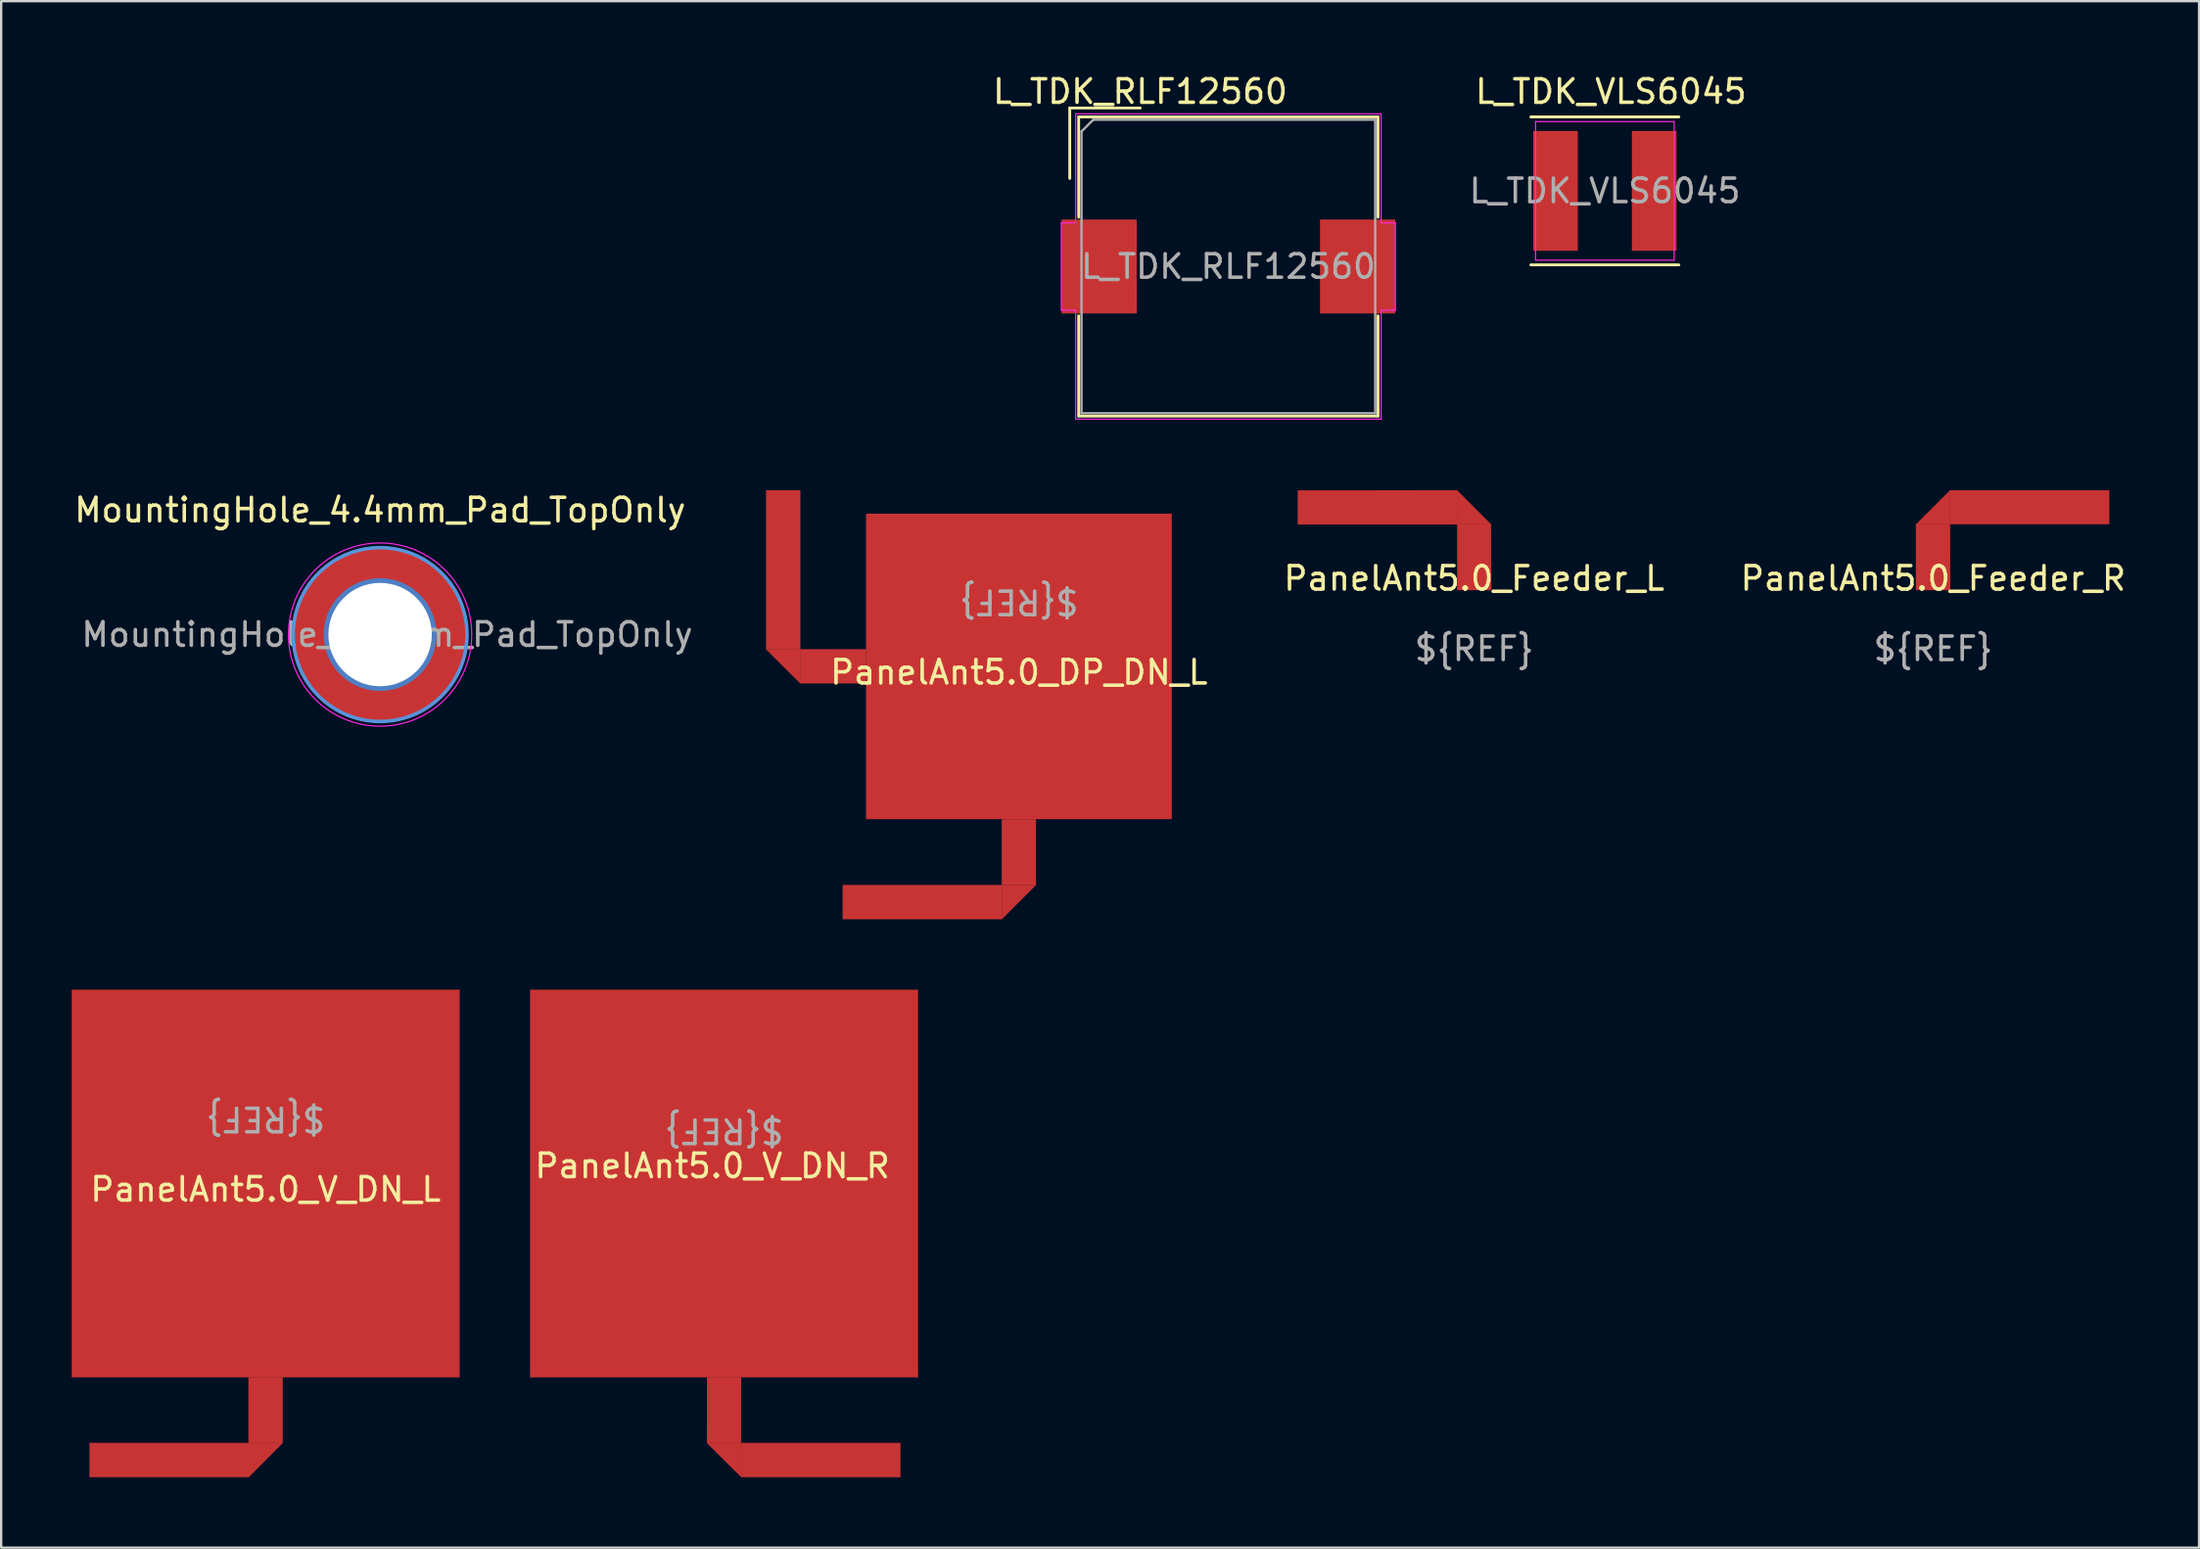
<source format=kicad_pcb>
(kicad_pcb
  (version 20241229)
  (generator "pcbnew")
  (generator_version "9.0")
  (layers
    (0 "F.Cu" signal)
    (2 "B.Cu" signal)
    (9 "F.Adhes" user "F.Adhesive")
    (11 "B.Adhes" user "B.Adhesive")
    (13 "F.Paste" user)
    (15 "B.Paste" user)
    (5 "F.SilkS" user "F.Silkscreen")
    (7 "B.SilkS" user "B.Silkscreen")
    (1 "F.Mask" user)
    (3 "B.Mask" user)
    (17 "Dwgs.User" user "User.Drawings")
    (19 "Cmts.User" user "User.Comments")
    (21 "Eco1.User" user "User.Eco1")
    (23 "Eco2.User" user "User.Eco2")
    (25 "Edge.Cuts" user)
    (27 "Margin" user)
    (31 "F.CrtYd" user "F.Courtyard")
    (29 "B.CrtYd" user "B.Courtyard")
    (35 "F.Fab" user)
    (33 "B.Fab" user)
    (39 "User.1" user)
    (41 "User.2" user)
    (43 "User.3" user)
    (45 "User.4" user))
  (footprint "PanelAnt5.0_DP_DN_L"
    (layer "F.Cu")
    (at 40.314 25.326)
    (property "Reference" "PanelAnt5.0_DP_DN_L" (at 0 0.25 0) (unlocked yes) (layer "F.SilkS") (effects (font (size 1 1) (thickness 0.15))))
    (attr through_hole)
    (fp_poly (pts (xy -9.309 -0.725) (xy -9.309 0.72) (xy -10.759 -0.725)) (stroke (width 0.01) (type solid)) (fill yes) (layer "F.Cu"))
    (fp_poly (pts (xy -0.725 9.309) (xy 0.72 9.309) (xy -0.725 10.759)) (stroke (width 0.01) (type solid)) (fill yes) (layer "F.Cu"))
    (fp_poly (pts (xy -10.759 -7.498) (xy -9.309 -7.498) (xy -9.309 -0.726) (xy -10.759 -0.726)) (stroke (width 0.01) (type solid)) (fill yes) (layer "F.Cu"))
    (fp_poly (pts (xy -7.498 10.759) (xy -7.498 9.309) (xy -0.726 9.309) (xy -0.726 10.759)) (stroke (width 0.01) (type solid)) (fill yes) (layer "F.Cu"))
    (fp_poly (pts (xy -6.51 -0.73) (xy -6.51 0.72) (xy -9.309 0.72) (xy -9.309 -0.73)) (stroke (width 0.01) (type solid)) (fill yes) (layer "F.Cu"))
    (fp_poly (pts (xy -6.5 -6.5) (xy 6.5 -6.5) (xy 6.5 6.5) (xy -6.5 6.5)) (stroke (width 0.01) (type solid)) (fill yes) (layer "F.Cu"))
    (fp_poly (pts (xy -0.73 6.51) (xy 0.72 6.51) (xy 0.72 9.309) (xy -0.73 9.309)) (stroke (width 0.01) (type solid)) (fill yes) (layer "F.Cu"))
    (fp_text user "${REF}" (at 0 -2.75 180) (unlocked yes) (layer "F.Fab") (effects (font (size 1 1) (thickness 0.15)))))
  (footprint "PanelAnt5.0_Feeder_R"
    (layer "F.Cu")
    (at 79.219 22.078)
    (property "Reference" "PanelAnt5.0_Feeder_R" (at 0 -0.5 0) (unlocked yes) (layer "F.SilkS") (effects (font (size 1 1) (thickness 0.15))))
    (attr through_hole)
    (fp_poly (pts (xy 0.72 -2.8) (xy -0.73 -2.8) (xy 0.72 -4.25)) (stroke (width 0.01) (type solid)) (fill yes) (layer "F.Cu"))
    (fp_poly (pts (xy 0.716 -2.808) (xy 0.72 -4.25) (xy 7.49 -4.25) (xy 7.487 -2.808)) (stroke (width 0.01) (type solid)) (fill yes) (layer "F.Cu"))
    (fp_poly (pts (xy 0.727 -0.002) (xy -0.73 -0.002) (xy -0.73 -2.8) (xy 0.72 -2.8)) (stroke (width 0.01) (type solid)) (fill yes) (layer "F.Cu"))
    (fp_text user "${REF}" (at 0 2.5 0) (unlocked yes) (layer "F.Fab") (effects (font (size 1 1) (thickness 0.15)))))
  (footprint "L_TDK_RLF12560"
    (layer "F.Cu")
    (at 49.225 8.298)
    (property "Reference" "L_TDK_RLF12560" (at -3.75 -7.45 0) (layer "F.SilkS") (effects (font (size 1 1) (thickness 0.15))))
    (attr smd)
    (fp_line (start -6.75 -6.75) (end -3.75 -6.75) (stroke (width 0.12) (type solid)) (layer "F.SilkS"))
    (fp_line (start -6.75 -3.75) (end -6.75 -6.75) (stroke (width 0.12) (type solid)) (layer "F.SilkS"))
    (fp_line (start -6.37 -6.37) (end -6.37 -2.1) (stroke (width 0.12) (type solid)) (layer "F.SilkS"))
    (fp_line (start -6.37 -6.37) (end 6.37 -6.37) (stroke (width 0.12) (type solid)) (layer "F.SilkS"))
    (fp_line (start -6.37 2.1) (end -6.37 6.37) (stroke (width 0.12) (type solid)) (layer "F.SilkS"))
    (fp_line (start -6.37 6.37) (end 6.37 6.37) (stroke (width 0.12) (type solid)) (layer "F.SilkS"))
    (fp_line (start 6.37 -6.37) (end 6.37 -2.1) (stroke (width 0.12) (type solid)) (layer "F.SilkS"))
    (fp_line (start 6.37 2.1) (end 6.37 6.37) (stroke (width 0.12) (type solid)) (layer "F.SilkS"))
    (fp_line (start -7.11 -1.86) (end -7.11 1.86) (stroke (width 0.05) (type solid)) (layer "F.CrtYd"))
    (fp_line (start -7.11 1.86) (end -6.5 1.86) (stroke (width 0.05) (type solid)) (layer "F.CrtYd"))
    (fp_line (start -6.5 -6.5) (end -6.5 -1.86) (stroke (width 0.05) (type solid)) (layer "F.CrtYd"))
    (fp_line (start -6.5 -6.5) (end 6.5 -6.5) (stroke (width 0.05) (type solid)) (layer "F.CrtYd"))
    (fp_line (start -6.5 -1.86) (end -7.11 -1.86) (stroke (width 0.05) (type solid)) (layer "F.CrtYd"))
    (fp_line (start -6.5 1.86) (end -6.5 6.5) (stroke (width 0.05) (type solid)) (layer "F.CrtYd"))
    (fp_line (start -6.5 6.5) (end 6.5 6.5) (stroke (width 0.05) (type solid)) (layer "F.CrtYd"))
    (fp_line (start 6.5 -6.5) (end 6.5 -1.86) (stroke (width 0.05) (type solid)) (layer "F.CrtYd"))
    (fp_line (start 6.5 -1.86) (end 7.11 -1.86) (stroke (width 0.05) (type solid)) (layer "F.CrtYd"))
    (fp_line (start 6.5 1.86) (end 6.5 6.5) (stroke (width 0.05) (type solid)) (layer "F.CrtYd"))
    (fp_line (start 7.11 -1.86) (end 7.11 1.86) (stroke (width 0.05) (type solid)) (layer "F.CrtYd"))
    (fp_line (start 7.11 1.86) (end 6.5 1.86) (stroke (width 0.05) (type solid)) (layer "F.CrtYd"))
    (fp_line (start -6.25 -5.75) (end -5.75 -6.25) (stroke (width 0.1) (type solid)) (layer "F.Fab"))
    (fp_line (start -6.25 6.25) (end -6.25 -5.75) (stroke (width 0.1) (type solid)) (layer "F.Fab"))
    (fp_line (start -5.75 -6.25) (end 6.25 -6.25) (stroke (width 0.1) (type solid)) (layer "F.Fab"))
    (fp_line (start 6.25 -6.25) (end 6.25 6.25) (stroke (width 0.1) (type solid)) (layer "F.Fab"))
    (fp_line (start 6.25 6.25) (end -6.25 6.25) (stroke (width 0.1) (type solid)) (layer "F.Fab"))
    (fp_text user "" (at -49 0.05 0) (layer "F.SilkS") (effects (font (size 3 3) (thickness 0.15))))
    (fp_text user "${REFERENCE}" (at 0 0 0) (layer "F.Fab") (effects (font (size 1 1) (thickness 0.15))))
    (pad "1" smd rect (at -5.5 0) (size 3.2 4) (layers "F.Cu" "F.Mask" "F.Paste"))
    (pad "2" smd rect (at 5.5 0) (size 3.2 4) (layers "F.Cu" "F.Mask" "F.Paste")))
  (footprint "PanelAnt5.0_V_DN_L"
    (layer "F.Cu")
    (at 8.255 47.346)
    (property "Reference" "PanelAnt5.0_V_DN_L" (at 0 0.25 0) (unlocked yes) (layer "F.SilkS") (effects (font (size 1 1) (thickness 0.15))))
    (attr through_hole)
    (fp_poly (pts (xy -0.72 11.05) (xy 0.725 11.05) (xy -0.72 12.5)) (stroke (width 0.01) (type solid)) (fill yes) (layer "F.Cu"))
    (fp_poly (pts (xy -8.25 -8.25) (xy 8.25 -8.25) (xy 8.25 8.25) (xy -8.25 8.25)) (stroke (width 0.01) (type solid)) (fill yes) (layer "F.Cu"))
    (fp_poly (pts (xy -7.493 12.5) (xy -7.493 11.05) (xy -0.721 11.05) (xy -0.721 12.5)) (stroke (width 0.01) (type solid)) (fill yes) (layer "F.Cu"))
    (fp_poly (pts (xy -0.725 8.251) (xy 0.725 8.251) (xy 0.725 11.05) (xy -0.725 11.05)) (stroke (width 0.01) (type solid)) (fill yes) (layer "F.Cu"))
    (fp_text user "${REF}" (at 0 -2.75 180) (unlocked yes) (layer "F.Fab") (effects (font (size 1 1) (thickness 0.15)))))
  (footprint "L_TDK_VLS6045"
    (layer "F.Cu")
    (at 65.247 5.078)
    (property "Reference" "L_TDK_VLS6045" (at 0.26 -4.23 0) (layer "F.SilkS") (effects (font (size 1 1) (thickness 0.15))))
    (attr smd)
    (fp_line (start -3.15 -3.15) (end 3.15 -3.15) (stroke (width 0.12) (type solid)) (layer "F.SilkS"))
    (fp_line (start -3.15 3.15) (end 3.15 3.15) (stroke (width 0.12) (type solid)) (layer "F.SilkS"))
    (fp_line (start -2.95 -2.95) (end -2.95 2.95) (stroke (width 0.05) (type solid)) (layer "F.CrtYd"))
    (fp_line (start -2.95 2.95) (end 2.95 2.95) (stroke (width 0.05) (type solid)) (layer "F.CrtYd"))
    (fp_line (start 2.95 -2.95) (end -2.95 -2.95) (stroke (width 0.05) (type solid)) (layer "F.CrtYd"))
    (fp_line (start 2.95 2.95) (end 2.95 -2.95) (stroke (width 0.05) (type solid)) (layer "F.CrtYd"))
    (fp_text user "${REFERENCE}" (at 0 0 0) (layer "F.Fab") (effects (font (size 1 1) (thickness 0.15))))
    (pad "1" smd rect (at -2.1 0) (size 1.9 5.1) (layers "F.Cu" "F.Mask" "F.Paste"))
    (pad "2" smd rect (at 2.1 0) (size 1.9 5.1) (layers "F.Cu" "F.Mask" "F.Paste")))
  (footprint "PanelAnt5.0_Feeder_L"
    (layer "F.Cu")
    (at 59.684 22.078)
    (property "Reference" "PanelAnt5.0_Feeder_L" (at 0 -0.5 0) (unlocked yes) (layer "F.SilkS") (effects (font (size 1 1) (thickness 0.15))))
    (attr through_hole)
    (fp_poly (pts (xy -0.73 -2.8) (xy -0.73 -4.25) (xy 0.72 -2.8)) (stroke (width 0.01) (type solid)) (fill yes) (layer "F.Cu"))
    (fp_poly (pts (xy -7.504 -2.798) (xy -7.5 -4.248) (xy -0.73 -4.25) (xy -0.733 -2.798)) (stroke (width 0.01) (type solid)) (fill yes) (layer "F.Cu"))
    (fp_poly (pts (xy 0.727 -0.002) (xy -0.723 -0.002) (xy -0.723 -2.8) (xy 0.72 -2.8)) (stroke (width 0.01) (type solid)) (fill yes) (layer "F.Cu"))
    (fp_text user "${REF}" (at 0 2.5 0) (unlocked yes) (layer "F.Fab") (effects (font (size 1 1) (thickness 0.15)))))
  (footprint "PanelAnt5.0_V_DN_R"
    (layer "F.Cu")
    (at 27.765 47.346)
    (property "Reference" "PanelAnt5.0_V_DN_R" (at -0.5 -0.75 0) (unlocked yes) (layer "F.SilkS") (effects (font (size 1 1) (thickness 0.15))))
    (attr through_hole)
    (fp_poly (pts (xy 0.73 11.05) (xy 0.73 12.5) (xy -0.73 11.05)) (stroke (width 0.01) (type solid)) (fill yes) (layer "F.Cu"))
    (fp_poly (pts (xy -8.25 -8.25) (xy 8.25 -8.25) (xy 8.25 8.25) (xy -8.25 8.25)) (stroke (width 0.01) (type solid)) (fill yes) (layer "F.Cu"))
    (fp_poly (pts (xy -0.725 8.251) (xy 0.725 8.251) (xy 0.725 11.05) (xy -0.73 11.05)) (stroke (width 0.01) (type solid)) (fill yes) (layer "F.Cu"))
    (fp_poly (pts (xy 7.503 11.05) (xy 7.503 12.5) (xy 0.731 12.5) (xy 0.731 11.05)) (stroke (width 0.01) (type solid)) (fill yes) (layer "F.Cu"))
    (fp_text user "${REF}" (at 0 -2.25 180) (unlocked yes) (layer "F.Fab") (effects (font (size 1 1) (thickness 0.15)))))
  (footprint "MountingHole_4.4mm_Pad_TopOnly"
    (layer "F.Cu")
    (at 13.125 23.971)
    (property "Reference" "MountingHole_4.4mm_Pad_TopOnly" (at 0 -5.3 0) (layer "F.SilkS") (effects (font (size 1 1) (thickness 0.15))))
    (attr exclude_from_pos_files exclude_from_bom)
    (fp_circle (center 0 0) (end 3.7 0) (stroke (width 0.15) (type solid)) (fill no) (layer "Cmts.User"))
    (fp_circle (center 0 0) (end 3.9 0) (stroke (width 0.05) (type solid)) (fill no) (layer "F.CrtYd"))
    (fp_text user "${REFERENCE}" (at 0.3 0 0) (layer "F.Fab") (effects (font (size 1 1) (thickness 0.15))))
    (pad "1" thru_hole circle (at 0 0) (size 4.8 4.8) (drill 4.4) (layers "*.Cu" "*.Mask"))
    (pad "1" connect circle (at 0 0) (size 7.4 7.4) (layers "F.Cu" "F.Mask")))
  (gr_rect
    (start -3 -3)
    (end 90.535 62.851)
    (stroke (width 0.1) (type default))
    (fill no)
    (layer "Edge.Cuts")))
</source>
